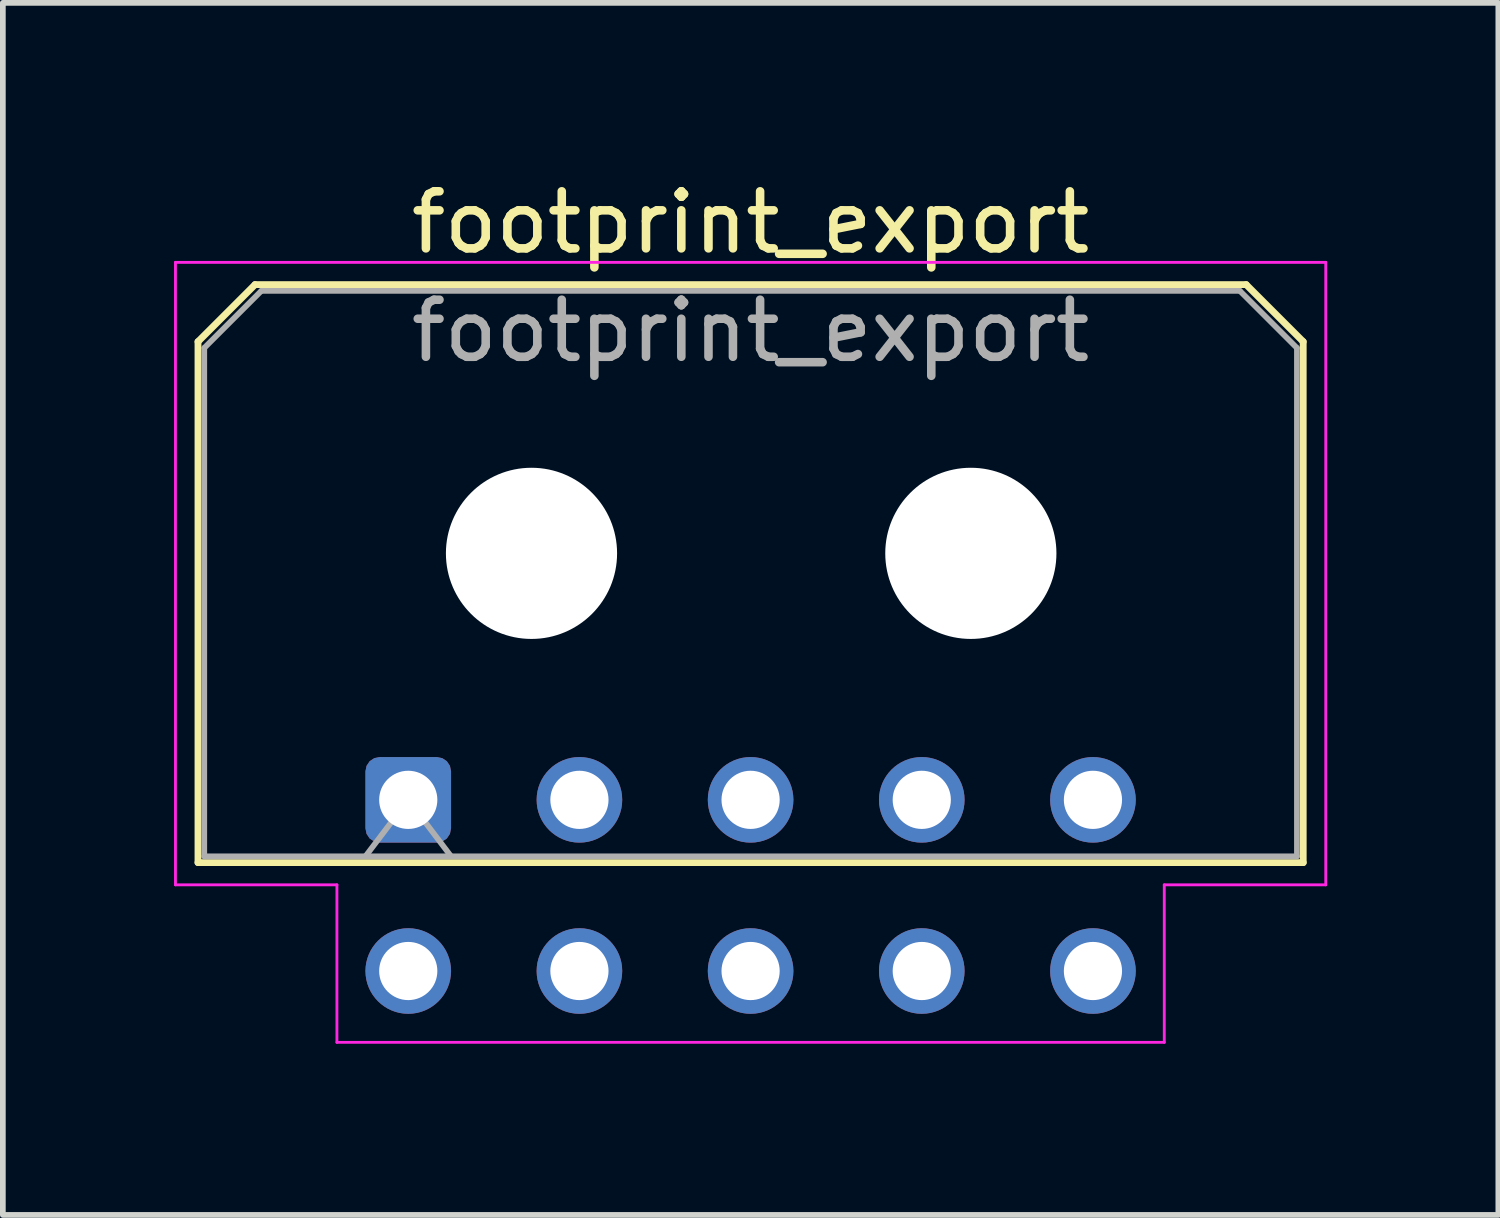
<source format=kicad_pcb>
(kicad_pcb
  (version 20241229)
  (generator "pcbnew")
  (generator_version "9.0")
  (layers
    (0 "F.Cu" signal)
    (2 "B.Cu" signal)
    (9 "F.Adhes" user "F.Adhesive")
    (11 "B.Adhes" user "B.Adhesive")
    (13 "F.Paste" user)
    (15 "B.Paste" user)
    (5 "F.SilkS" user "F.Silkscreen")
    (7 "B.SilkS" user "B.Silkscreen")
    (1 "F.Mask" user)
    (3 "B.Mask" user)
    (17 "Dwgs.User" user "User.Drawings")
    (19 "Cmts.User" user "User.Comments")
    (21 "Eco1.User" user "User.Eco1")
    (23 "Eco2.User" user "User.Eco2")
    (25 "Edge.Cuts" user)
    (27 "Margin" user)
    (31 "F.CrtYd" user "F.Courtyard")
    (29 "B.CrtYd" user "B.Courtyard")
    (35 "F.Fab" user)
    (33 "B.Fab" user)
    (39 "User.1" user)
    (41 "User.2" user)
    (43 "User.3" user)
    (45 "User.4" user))
  (footprint "footprint_export"
    (layer "F.Cu")
    (at 4.105 10.968)
    (property "Reference" "footprint_export" (at 6 -10.12 0) (layer "F.SilkS") (effects (font (size 1 1) (thickness 0.15))))
    (attr through_hole)
    (fp_line (start -3.685 -8.03) (end -2.685 -9.03) (stroke (width 0.12) (type solid)) (layer "F.SilkS"))
    (fp_line (start -3.685 1.1) (end -3.685 -8.03) (stroke (width 0.12) (type solid)) (layer "F.SilkS"))
    (fp_line (start -2.685 -9.03) (end 14.685 -9.03) (stroke (width 0.12) (type solid)) (layer "F.SilkS"))
    (fp_line (start 14.685 -9.03) (end 15.685 -8.03) (stroke (width 0.12) (type solid)) (layer "F.SilkS"))
    (fp_line (start 15.685 -8.03) (end 15.685 1.1) (stroke (width 0.12) (type solid)) (layer "F.SilkS"))
    (fp_line (start 15.685 1.1) (end -3.685 1.1) (stroke (width 0.12) (type solid)) (layer "F.SilkS"))
    (fp_line (start -4.08 -9.42) (end 16.08 -9.42) (stroke (width 0.05) (type solid)) (layer "F.CrtYd"))
    (fp_line (start -4.08 1.49) (end -4.08 -9.42) (stroke (width 0.05) (type solid)) (layer "F.CrtYd"))
    (fp_line (start -1.25 1.49) (end -4.08 1.49) (stroke (width 0.05) (type solid)) (layer "F.CrtYd"))
    (fp_line (start -1.25 4.25) (end -1.25 1.49) (stroke (width 0.05) (type solid)) (layer "F.CrtYd"))
    (fp_line (start 13.25 1.49) (end 13.25 4.25) (stroke (width 0.05) (type solid)) (layer "F.CrtYd"))
    (fp_line (start 13.25 4.25) (end -1.25 4.25) (stroke (width 0.05) (type solid)) (layer "F.CrtYd"))
    (fp_line (start 16.08 -9.42) (end 16.08 1.49) (stroke (width 0.05) (type solid)) (layer "F.CrtYd"))
    (fp_line (start 16.08 1.49) (end 13.25 1.49) (stroke (width 0.05) (type solid)) (layer "F.CrtYd"))
    (fp_line (start -3.575 -7.92) (end -2.575 -8.92) (stroke (width 0.1) (type solid)) (layer "F.Fab"))
    (fp_line (start -3.575 0.99) (end -3.575 -7.92) (stroke (width 0.1) (type solid)) (layer "F.Fab"))
    (fp_line (start -2.575 -8.92) (end 14.575 -8.92) (stroke (width 0.1) (type solid)) (layer "F.Fab"))
    (fp_line (start -0.75 0.99) (end 0 0) (stroke (width 0.1) (type solid)) (layer "F.Fab"))
    (fp_line (start 0 0) (end 0.75 0.99) (stroke (width 0.1) (type solid)) (layer "F.Fab"))
    (fp_line (start 14.575 -8.92) (end 15.575 -7.92) (stroke (width 0.1) (type solid)) (layer "F.Fab"))
    (fp_line (start 15.575 -7.92) (end 15.575 0.99) (stroke (width 0.1) (type solid)) (layer "F.Fab"))
    (fp_line (start 15.575 0.99) (end -3.575 0.99) (stroke (width 0.1) (type solid)) (layer "F.Fab"))
    (fp_text user "${REFERENCE}" (at 6 -8.22 0) (layer "F.Fab") (effects (font (size 1 1) (thickness 0.15))))
    (pad "" np_thru_hole circle (at 2.16 -4.32) (size 3 3) (drill 3) (layers "*.Cu" "*.Mask"))
    (pad "" np_thru_hole circle (at 9.86 -4.32) (size 3 3) (drill 3) (layers "*.Cu" "*.Mask"))
    (pad "1" thru_hole roundrect (at 0 0) (size 1.5 1.5) (drill 1.02) (layers "*.Cu" "*.Mask") (roundrect_rratio 0.167))
    (pad "2" thru_hole circle (at 3 0) (size 1.5 1.5) (drill 1.02) (layers "*.Cu" "*.Mask"))
    (pad "3" thru_hole circle (at 6 0) (size 1.5 1.5) (drill 1.02) (layers "*.Cu" "*.Mask"))
    (pad "4" thru_hole circle (at 9 0) (size 1.5 1.5) (drill 1.02) (layers "*.Cu" "*.Mask"))
    (pad "5" thru_hole circle (at 12 0) (size 1.5 1.5) (drill 1.02) (layers "*.Cu" "*.Mask"))
    (pad "6" thru_hole circle (at 0 3) (size 1.5 1.5) (drill 1.02) (layers "*.Cu" "*.Mask"))
    (pad "7" thru_hole circle (at 3 3) (size 1.5 1.5) (drill 1.02) (layers "*.Cu" "*.Mask"))
    (pad "8" thru_hole circle (at 6 3) (size 1.5 1.5) (drill 1.02) (layers "*.Cu" "*.Mask"))
    (pad "9" thru_hole circle (at 9 3) (size 1.5 1.5) (drill 1.02) (layers "*.Cu" "*.Mask"))
    (pad "10" thru_hole circle (at 12 3) (size 1.5 1.5) (drill 1.02) (layers "*.Cu" "*.Mask")))
  (gr_rect
    (start -3 -3)
    (end 23.21 18.243)
    (stroke (width 0.1) (type default))
    (fill no)
    (layer "Edge.Cuts")))
</source>
